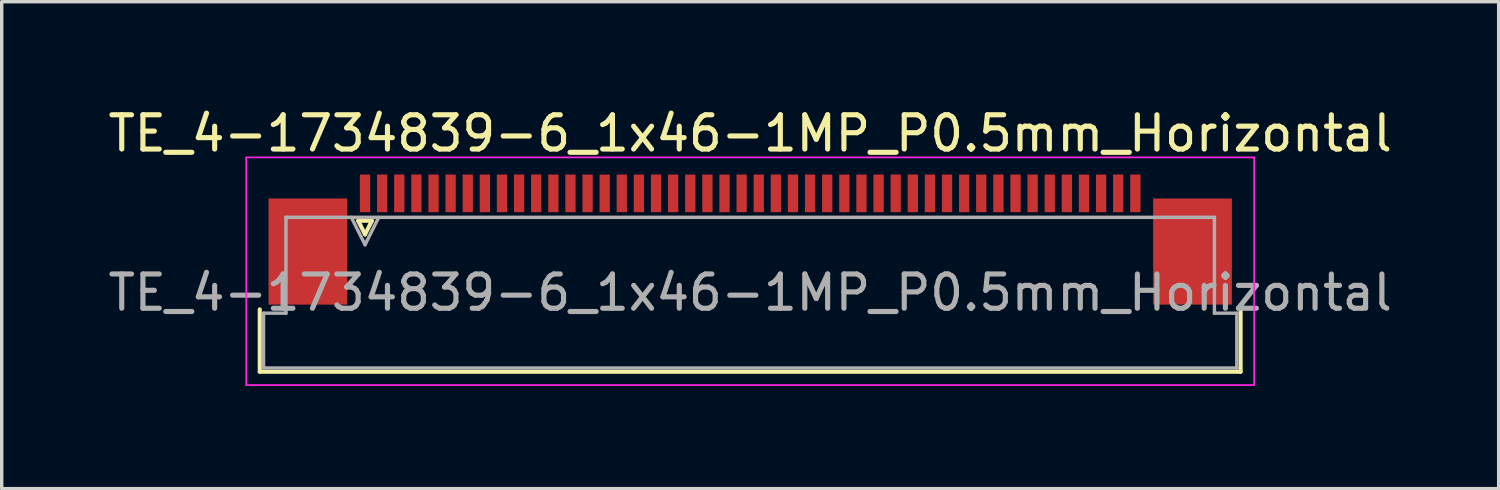
<source format=kicad_pcb>
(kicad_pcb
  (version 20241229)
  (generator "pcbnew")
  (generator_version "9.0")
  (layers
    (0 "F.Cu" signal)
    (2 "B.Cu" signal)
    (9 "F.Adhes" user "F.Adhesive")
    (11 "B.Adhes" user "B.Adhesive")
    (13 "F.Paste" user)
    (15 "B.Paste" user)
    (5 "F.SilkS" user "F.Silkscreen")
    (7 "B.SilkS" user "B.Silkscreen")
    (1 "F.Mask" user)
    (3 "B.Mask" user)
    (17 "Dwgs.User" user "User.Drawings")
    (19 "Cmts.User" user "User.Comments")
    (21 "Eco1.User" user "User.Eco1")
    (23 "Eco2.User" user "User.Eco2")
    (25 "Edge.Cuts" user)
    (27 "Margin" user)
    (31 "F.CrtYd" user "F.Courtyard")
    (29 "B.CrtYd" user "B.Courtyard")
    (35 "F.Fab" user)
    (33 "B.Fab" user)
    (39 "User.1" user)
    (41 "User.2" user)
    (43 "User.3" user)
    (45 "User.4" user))
  (footprint "TE_4-1734839-6_1x46-1MP_P0.5mm_Horizontal"
    (layer "F.Cu")
    (at 18.863 4.848)
    (property "Reference" "TE_4-1734839-6_1x46-1MP_P0.5mm_Horizontal" (at 0 -4 0) (layer "F.SilkS") (effects (font (size 1 1) (thickness 0.15))))
    (attr smd)
    (fp_line (start -14.325 2.96) (end -14.325 1.14) (stroke (width 0.12) (type solid)) (layer "F.SilkS"))
    (fp_line (start -11.45 -1.45) (end -11.25 -1.05) (stroke (width 0.12) (type solid)) (layer "F.SilkS"))
    (fp_line (start -11.25 -1.05) (end -11.05 -1.45) (stroke (width 0.12) (type solid)) (layer "F.SilkS"))
    (fp_line (start -11.05 -1.45) (end -11.45 -1.45) (stroke (width 0.12) (type solid)) (layer "F.SilkS"))
    (fp_line (start 14.325 1.14) (end 14.325 2.96) (stroke (width 0.12) (type solid)) (layer "F.SilkS"))
    (fp_line (start 14.325 2.96) (end -14.325 2.96) (stroke (width 0.12) (type solid)) (layer "F.SilkS"))
    (fp_line (start -14.72 -3.3) (end -14.72 3.35) (stroke (width 0.05) (type solid)) (layer "F.CrtYd"))
    (fp_line (start -14.72 3.35) (end 14.72 3.35) (stroke (width 0.05) (type solid)) (layer "F.CrtYd"))
    (fp_line (start 14.72 -3.3) (end -14.72 -3.3) (stroke (width 0.05) (type solid)) (layer "F.CrtYd"))
    (fp_line (start 14.72 3.35) (end 14.72 -3.3) (stroke (width 0.05) (type solid)) (layer "F.CrtYd"))
    (fp_line (start -14.215 1.25) (end -13.56 1.25) (stroke (width 0.1) (type solid)) (layer "F.Fab"))
    (fp_line (start -14.215 2.85) (end -14.215 1.25) (stroke (width 0.1) (type solid)) (layer "F.Fab"))
    (fp_line (start -13.56 -1.55) (end 13.56 -1.55) (stroke (width 0.1) (type solid)) (layer "F.Fab"))
    (fp_line (start -13.56 1.25) (end -13.56 -1.55) (stroke (width 0.1) (type solid)) (layer "F.Fab"))
    (fp_line (start -11.65 -1.55) (end -11.25 -0.75) (stroke (width 0.1) (type solid)) (layer "F.Fab"))
    (fp_line (start -11.25 -0.75) (end -10.85 -1.55) (stroke (width 0.1) (type solid)) (layer "F.Fab"))
    (fp_line (start 13.56 -1.55) (end 13.56 1.25) (stroke (width 0.1) (type solid)) (layer "F.Fab"))
    (fp_line (start 13.56 1.25) (end 14.215 1.25) (stroke (width 0.1) (type solid)) (layer "F.Fab"))
    (fp_line (start 14.215 1.25) (end 14.215 2.85) (stroke (width 0.1) (type solid)) (layer "F.Fab"))
    (fp_line (start 14.215 2.85) (end -14.215 2.85) (stroke (width 0.1) (type solid)) (layer "F.Fab"))
    (fp_text user "${REFERENCE}" (at 0 0.65 0) (layer "F.Fab") (effects (font (size 1 1) (thickness 0.15))))
    (pad "1" smd rect (at -11.25 -2.25) (size 0.3 1.1) (layers "F.Cu" "F.Mask" "F.Paste"))
    (pad "2" smd rect (at -10.75 -2.25) (size 0.3 1.1) (layers "F.Cu" "F.Mask" "F.Paste"))
    (pad "3" smd rect (at -10.25 -2.25) (size 0.3 1.1) (layers "F.Cu" "F.Mask" "F.Paste"))
    (pad "4" smd rect (at -9.75 -2.25) (size 0.3 1.1) (layers "F.Cu" "F.Mask" "F.Paste"))
    (pad "5" smd rect (at -9.25 -2.25) (size 0.3 1.1) (layers "F.Cu" "F.Mask" "F.Paste"))
    (pad "6" smd rect (at -8.75 -2.25) (size 0.3 1.1) (layers "F.Cu" "F.Mask" "F.Paste"))
    (pad "7" smd rect (at -8.25 -2.25) (size 0.3 1.1) (layers "F.Cu" "F.Mask" "F.Paste"))
    (pad "8" smd rect (at -7.75 -2.25) (size 0.3 1.1) (layers "F.Cu" "F.Mask" "F.Paste"))
    (pad "9" smd rect (at -7.25 -2.25) (size 0.3 1.1) (layers "F.Cu" "F.Mask" "F.Paste"))
    (pad "10" smd rect (at -6.75 -2.25) (size 0.3 1.1) (layers "F.Cu" "F.Mask" "F.Paste"))
    (pad "11" smd rect (at -6.25 -2.25) (size 0.3 1.1) (layers "F.Cu" "F.Mask" "F.Paste"))
    (pad "12" smd rect (at -5.75 -2.25) (size 0.3 1.1) (layers "F.Cu" "F.Mask" "F.Paste"))
    (pad "13" smd rect (at -5.25 -2.25) (size 0.3 1.1) (layers "F.Cu" "F.Mask" "F.Paste"))
    (pad "14" smd rect (at -4.75 -2.25) (size 0.3 1.1) (layers "F.Cu" "F.Mask" "F.Paste"))
    (pad "15" smd rect (at -4.25 -2.25) (size 0.3 1.1) (layers "F.Cu" "F.Mask" "F.Paste"))
    (pad "16" smd rect (at -3.75 -2.25) (size 0.3 1.1) (layers "F.Cu" "F.Mask" "F.Paste"))
    (pad "17" smd rect (at -3.25 -2.25) (size 0.3 1.1) (layers "F.Cu" "F.Mask" "F.Paste"))
    (pad "18" smd rect (at -2.75 -2.25) (size 0.3 1.1) (layers "F.Cu" "F.Mask" "F.Paste"))
    (pad "19" smd rect (at -2.25 -2.25) (size 0.3 1.1) (layers "F.Cu" "F.Mask" "F.Paste"))
    (pad "20" smd rect (at -1.75 -2.25) (size 0.3 1.1) (layers "F.Cu" "F.Mask" "F.Paste"))
    (pad "21" smd rect (at -1.25 -2.25) (size 0.3 1.1) (layers "F.Cu" "F.Mask" "F.Paste"))
    (pad "22" smd rect (at -0.75 -2.25) (size 0.3 1.1) (layers "F.Cu" "F.Mask" "F.Paste"))
    (pad "23" smd rect (at -0.25 -2.25) (size 0.3 1.1) (layers "F.Cu" "F.Mask" "F.Paste"))
    (pad "24" smd rect (at 0.25 -2.25) (size 0.3 1.1) (layers "F.Cu" "F.Mask" "F.Paste"))
    (pad "25" smd rect (at 0.75 -2.25) (size 0.3 1.1) (layers "F.Cu" "F.Mask" "F.Paste"))
    (pad "26" smd rect (at 1.25 -2.25) (size 0.3 1.1) (layers "F.Cu" "F.Mask" "F.Paste"))
    (pad "27" smd rect (at 1.75 -2.25) (size 0.3 1.1) (layers "F.Cu" "F.Mask" "F.Paste"))
    (pad "28" smd rect (at 2.25 -2.25) (size 0.3 1.1) (layers "F.Cu" "F.Mask" "F.Paste"))
    (pad "29" smd rect (at 2.75 -2.25) (size 0.3 1.1) (layers "F.Cu" "F.Mask" "F.Paste"))
    (pad "30" smd rect (at 3.25 -2.25) (size 0.3 1.1) (layers "F.Cu" "F.Mask" "F.Paste"))
    (pad "31" smd rect (at 3.75 -2.25) (size 0.3 1.1) (layers "F.Cu" "F.Mask" "F.Paste"))
    (pad "32" smd rect (at 4.25 -2.25) (size 0.3 1.1) (layers "F.Cu" "F.Mask" "F.Paste"))
    (pad "33" smd rect (at 4.75 -2.25) (size 0.3 1.1) (layers "F.Cu" "F.Mask" "F.Paste"))
    (pad "34" smd rect (at 5.25 -2.25) (size 0.3 1.1) (layers "F.Cu" "F.Mask" "F.Paste"))
    (pad "35" smd rect (at 5.75 -2.25) (size 0.3 1.1) (layers "F.Cu" "F.Mask" "F.Paste"))
    (pad "36" smd rect (at 6.25 -2.25) (size 0.3 1.1) (layers "F.Cu" "F.Mask" "F.Paste"))
    (pad "37" smd rect (at 6.75 -2.25) (size 0.3 1.1) (layers "F.Cu" "F.Mask" "F.Paste"))
    (pad "38" smd rect (at 7.25 -2.25) (size 0.3 1.1) (layers "F.Cu" "F.Mask" "F.Paste"))
    (pad "39" smd rect (at 7.75 -2.25) (size 0.3 1.1) (layers "F.Cu" "F.Mask" "F.Paste"))
    (pad "40" smd rect (at 8.25 -2.25) (size 0.3 1.1) (layers "F.Cu" "F.Mask" "F.Paste"))
    (pad "41" smd rect (at 8.75 -2.25) (size 0.3 1.1) (layers "F.Cu" "F.Mask" "F.Paste"))
    (pad "42" smd rect (at 9.25 -2.25) (size 0.3 1.1) (layers "F.Cu" "F.Mask" "F.Paste"))
    (pad "43" smd rect (at 9.75 -2.25) (size 0.3 1.1) (layers "F.Cu" "F.Mask" "F.Paste"))
    (pad "44" smd rect (at 10.25 -2.25) (size 0.3 1.1) (layers "F.Cu" "F.Mask" "F.Paste"))
    (pad "45" smd rect (at 10.75 -2.25) (size 0.3 1.1) (layers "F.Cu" "F.Mask" "F.Paste"))
    (pad "46" smd rect (at 11.25 -2.25) (size 0.3 1.1) (layers "F.Cu" "F.Mask" "F.Paste"))
    (pad "MP" smd rect (at -12.92 -0.55) (size 2.3 3.1) (layers "F.Cu" "F.Mask" "F.Paste"))
    (pad "MP" smd rect (at 12.92 -0.55) (size 2.3 3.1) (layers "F.Cu" "F.Mask" "F.Paste")))
  (gr_rect
    (start -3 -3)
    (end 40.726 11.223)
    (stroke (width 0.1) (type default))
    (fill no)
    (layer "Edge.Cuts")))
</source>
